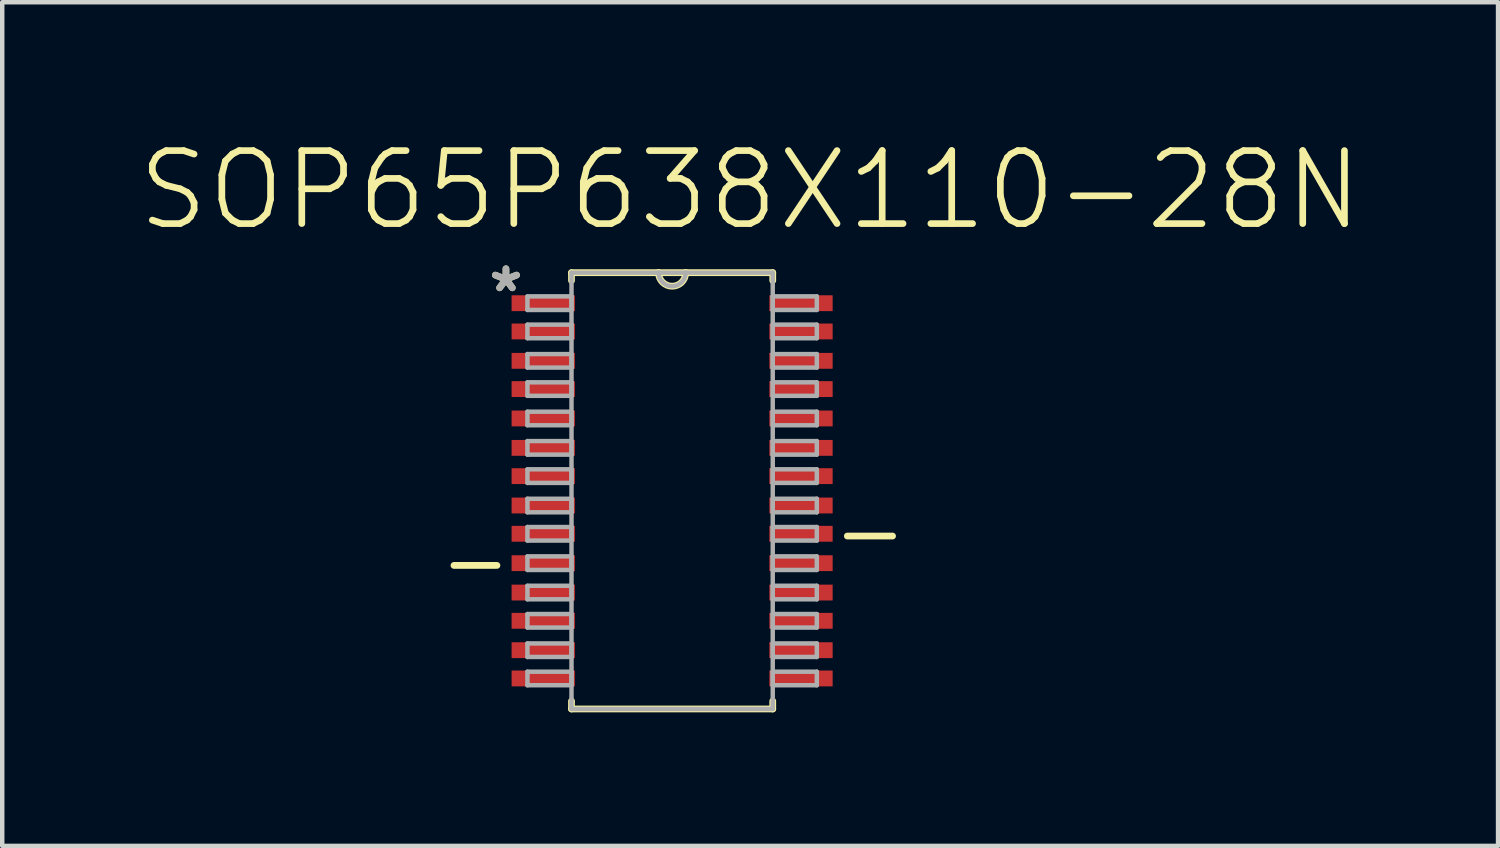
<source format=kicad_pcb>
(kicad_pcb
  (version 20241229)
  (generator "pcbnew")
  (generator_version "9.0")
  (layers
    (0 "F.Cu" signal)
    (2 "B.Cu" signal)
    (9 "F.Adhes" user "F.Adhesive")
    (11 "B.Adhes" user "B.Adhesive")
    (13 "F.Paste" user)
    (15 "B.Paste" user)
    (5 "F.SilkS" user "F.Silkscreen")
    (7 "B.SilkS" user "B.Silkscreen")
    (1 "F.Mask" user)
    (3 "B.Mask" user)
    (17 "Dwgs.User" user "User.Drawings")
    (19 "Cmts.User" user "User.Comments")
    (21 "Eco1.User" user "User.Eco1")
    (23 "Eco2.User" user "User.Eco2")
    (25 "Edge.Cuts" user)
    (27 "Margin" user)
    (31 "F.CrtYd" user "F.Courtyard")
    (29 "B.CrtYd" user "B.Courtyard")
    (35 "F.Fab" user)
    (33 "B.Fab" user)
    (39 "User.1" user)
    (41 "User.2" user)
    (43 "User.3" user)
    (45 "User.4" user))
  (footprint "SOP65P638X110-28N"
    (layer "F.Cu")
    (at 12.053 7.979)
    (property "Reference" "SOP65P638X110-28N" (at 1.753 -6.756 0) (layer "F.SilkS") (effects (font (size 1.64 1.64) (thickness 0.15))))
    (attr smd)
    (fp_line (start -4.902 1.676) (end -3.937 1.676) (stroke (width 0.152) (type solid)) (layer "F.SilkS"))
    (fp_line (start -2.261 -4.902) (end -2.261 -4.724) (stroke (width 0.152) (type solid)) (layer "F.SilkS"))
    (fp_line (start -2.261 4.724) (end -2.261 4.902) (stroke (width 0.152) (type solid)) (layer "F.SilkS"))
    (fp_line (start -2.261 4.902) (end 2.261 4.902) (stroke (width 0.152) (type solid)) (layer "F.SilkS"))
    (fp_line (start -0.305 -4.902) (end -2.261 -4.902) (stroke (width 0.152) (type solid)) (layer "F.SilkS"))
    (fp_line (start 0.305 -4.902) (end -0.305 -4.902) (stroke (width 0.152) (type solid)) (layer "F.SilkS"))
    (fp_line (start 2.261 -4.902) (end 0.305 -4.902) (stroke (width 0.152) (type solid)) (layer "F.SilkS"))
    (fp_line (start 2.261 -4.724) (end 2.261 -4.902) (stroke (width 0.152) (type solid)) (layer "F.SilkS"))
    (fp_line (start 2.261 4.902) (end 2.261 4.724) (stroke (width 0.152) (type solid)) (layer "F.SilkS"))
    (fp_line (start 3.937 1.016) (end 4.953 1.016) (stroke (width 0.152) (type solid)) (layer "F.SilkS"))
    (fp_arc (start 0.3048 -4.9022) (mid 0 -4.5974) (end -0.3048 -4.9022) (stroke (width 0.1524) (type solid)) (layer "F.SilkS"))
    (fp_line (start -3.251 -4.369) (end -3.251 -4.064) (stroke (width 0.1) (type solid)) (layer "F.Fab"))
    (fp_line (start -3.251 -4.064) (end -2.261 -4.064) (stroke (width 0.1) (type solid)) (layer "F.Fab"))
    (fp_line (start -3.251 -3.734) (end -3.251 -3.429) (stroke (width 0.1) (type solid)) (layer "F.Fab"))
    (fp_line (start -3.251 -3.429) (end -2.261 -3.429) (stroke (width 0.1) (type solid)) (layer "F.Fab"))
    (fp_line (start -3.251 -3.073) (end -3.251 -2.769) (stroke (width 0.1) (type solid)) (layer "F.Fab"))
    (fp_line (start -3.251 -2.769) (end -2.261 -2.769) (stroke (width 0.1) (type solid)) (layer "F.Fab"))
    (fp_line (start -3.251 -2.438) (end -3.251 -2.134) (stroke (width 0.1) (type solid)) (layer "F.Fab"))
    (fp_line (start -3.251 -2.134) (end -2.261 -2.134) (stroke (width 0.1) (type solid)) (layer "F.Fab"))
    (fp_line (start -3.251 -1.778) (end -3.251 -1.473) (stroke (width 0.1) (type solid)) (layer "F.Fab"))
    (fp_line (start -3.251 -1.473) (end -2.261 -1.473) (stroke (width 0.1) (type solid)) (layer "F.Fab"))
    (fp_line (start -3.251 -1.118) (end -3.251 -0.813) (stroke (width 0.1) (type solid)) (layer "F.Fab"))
    (fp_line (start -3.251 -0.813) (end -2.261 -0.813) (stroke (width 0.1) (type solid)) (layer "F.Fab"))
    (fp_line (start -3.251 -0.483) (end -3.251 -0.178) (stroke (width 0.1) (type solid)) (layer "F.Fab"))
    (fp_line (start -3.251 -0.178) (end -2.261 -0.178) (stroke (width 0.1) (type solid)) (layer "F.Fab"))
    (fp_line (start -3.251 0.178) (end -3.251 0.483) (stroke (width 0.1) (type solid)) (layer "F.Fab"))
    (fp_line (start -3.251 0.483) (end -2.261 0.483) (stroke (width 0.1) (type solid)) (layer "F.Fab"))
    (fp_line (start -3.251 0.813) (end -3.251 1.118) (stroke (width 0.1) (type solid)) (layer "F.Fab"))
    (fp_line (start -3.251 1.118) (end -2.261 1.118) (stroke (width 0.1) (type solid)) (layer "F.Fab"))
    (fp_line (start -3.251 1.473) (end -3.251 1.778) (stroke (width 0.1) (type solid)) (layer "F.Fab"))
    (fp_line (start -3.251 1.778) (end -2.261 1.778) (stroke (width 0.1) (type solid)) (layer "F.Fab"))
    (fp_line (start -3.251 2.134) (end -3.251 2.438) (stroke (width 0.1) (type solid)) (layer "F.Fab"))
    (fp_line (start -3.251 2.438) (end -2.261 2.438) (stroke (width 0.1) (type solid)) (layer "F.Fab"))
    (fp_line (start -3.251 2.769) (end -3.251 3.073) (stroke (width 0.1) (type solid)) (layer "F.Fab"))
    (fp_line (start -3.251 3.073) (end -2.261 3.073) (stroke (width 0.1) (type solid)) (layer "F.Fab"))
    (fp_line (start -3.251 3.429) (end -3.251 3.734) (stroke (width 0.1) (type solid)) (layer "F.Fab"))
    (fp_line (start -3.251 3.734) (end -2.261 3.734) (stroke (width 0.1) (type solid)) (layer "F.Fab"))
    (fp_line (start -3.251 4.064) (end -3.251 4.369) (stroke (width 0.1) (type solid)) (layer "F.Fab"))
    (fp_line (start -3.251 4.369) (end -2.261 4.369) (stroke (width 0.1) (type solid)) (layer "F.Fab"))
    (fp_line (start -2.261 -4.902) (end -2.261 4.902) (stroke (width 0.1) (type solid)) (layer "F.Fab"))
    (fp_line (start -2.261 -4.369) (end -3.251 -4.369) (stroke (width 0.1) (type solid)) (layer "F.Fab"))
    (fp_line (start -2.261 -4.064) (end -2.261 -4.369) (stroke (width 0.1) (type solid)) (layer "F.Fab"))
    (fp_line (start -2.261 -3.734) (end -3.251 -3.734) (stroke (width 0.1) (type solid)) (layer "F.Fab"))
    (fp_line (start -2.261 -3.429) (end -2.261 -3.734) (stroke (width 0.1) (type solid)) (layer "F.Fab"))
    (fp_line (start -2.261 -3.073) (end -3.251 -3.073) (stroke (width 0.1) (type solid)) (layer "F.Fab"))
    (fp_line (start -2.261 -2.769) (end -2.261 -3.073) (stroke (width 0.1) (type solid)) (layer "F.Fab"))
    (fp_line (start -2.261 -2.438) (end -3.251 -2.438) (stroke (width 0.1) (type solid)) (layer "F.Fab"))
    (fp_line (start -2.261 -2.134) (end -2.261 -2.438) (stroke (width 0.1) (type solid)) (layer "F.Fab"))
    (fp_line (start -2.261 -1.778) (end -3.251 -1.778) (stroke (width 0.1) (type solid)) (layer "F.Fab"))
    (fp_line (start -2.261 -1.473) (end -2.261 -1.778) (stroke (width 0.1) (type solid)) (layer "F.Fab"))
    (fp_line (start -2.261 -1.118) (end -3.251 -1.118) (stroke (width 0.1) (type solid)) (layer "F.Fab"))
    (fp_line (start -2.261 -0.813) (end -2.261 -1.118) (stroke (width 0.1) (type solid)) (layer "F.Fab"))
    (fp_line (start -2.261 -0.483) (end -3.251 -0.483) (stroke (width 0.1) (type solid)) (layer "F.Fab"))
    (fp_line (start -2.261 -0.178) (end -2.261 -0.483) (stroke (width 0.1) (type solid)) (layer "F.Fab"))
    (fp_line (start -2.261 0.178) (end -3.251 0.178) (stroke (width 0.1) (type solid)) (layer "F.Fab"))
    (fp_line (start -2.261 0.483) (end -2.261 0.178) (stroke (width 0.1) (type solid)) (layer "F.Fab"))
    (fp_line (start -2.261 0.813) (end -3.251 0.813) (stroke (width 0.1) (type solid)) (layer "F.Fab"))
    (fp_line (start -2.261 1.118) (end -2.261 0.813) (stroke (width 0.1) (type solid)) (layer "F.Fab"))
    (fp_line (start -2.261 1.473) (end -3.251 1.473) (stroke (width 0.1) (type solid)) (layer "F.Fab"))
    (fp_line (start -2.261 1.778) (end -2.261 1.473) (stroke (width 0.1) (type solid)) (layer "F.Fab"))
    (fp_line (start -2.261 2.134) (end -3.251 2.134) (stroke (width 0.1) (type solid)) (layer "F.Fab"))
    (fp_line (start -2.261 2.438) (end -2.261 2.134) (stroke (width 0.1) (type solid)) (layer "F.Fab"))
    (fp_line (start -2.261 2.769) (end -3.251 2.769) (stroke (width 0.1) (type solid)) (layer "F.Fab"))
    (fp_line (start -2.261 3.073) (end -2.261 2.769) (stroke (width 0.1) (type solid)) (layer "F.Fab"))
    (fp_line (start -2.261 3.429) (end -3.251 3.429) (stroke (width 0.1) (type solid)) (layer "F.Fab"))
    (fp_line (start -2.261 3.734) (end -2.261 3.429) (stroke (width 0.1) (type solid)) (layer "F.Fab"))
    (fp_line (start -2.261 4.064) (end -3.251 4.064) (stroke (width 0.1) (type solid)) (layer "F.Fab"))
    (fp_line (start -2.261 4.369) (end -2.261 4.064) (stroke (width 0.1) (type solid)) (layer "F.Fab"))
    (fp_line (start -2.261 4.902) (end 2.261 4.902) (stroke (width 0.1) (type solid)) (layer "F.Fab"))
    (fp_line (start -0.305 -4.902) (end -2.261 -4.902) (stroke (width 0.1) (type solid)) (layer "F.Fab"))
    (fp_line (start 0.305 -4.902) (end -0.305 -4.902) (stroke (width 0.1) (type solid)) (layer "F.Fab"))
    (fp_line (start 2.261 -4.902) (end 0.305 -4.902) (stroke (width 0.1) (type solid)) (layer "F.Fab"))
    (fp_line (start 2.261 -4.369) (end 2.261 -4.064) (stroke (width 0.1) (type solid)) (layer "F.Fab"))
    (fp_line (start 2.261 -4.064) (end 3.251 -4.064) (stroke (width 0.1) (type solid)) (layer "F.Fab"))
    (fp_line (start 2.261 -3.734) (end 2.261 -3.429) (stroke (width 0.1) (type solid)) (layer "F.Fab"))
    (fp_line (start 2.261 -3.429) (end 3.251 -3.429) (stroke (width 0.1) (type solid)) (layer "F.Fab"))
    (fp_line (start 2.261 -3.073) (end 2.261 -2.769) (stroke (width 0.1) (type solid)) (layer "F.Fab"))
    (fp_line (start 2.261 -2.769) (end 3.251 -2.769) (stroke (width 0.1) (type solid)) (layer "F.Fab"))
    (fp_line (start 2.261 -2.438) (end 2.261 -2.134) (stroke (width 0.1) (type solid)) (layer "F.Fab"))
    (fp_line (start 2.261 -2.134) (end 3.251 -2.134) (stroke (width 0.1) (type solid)) (layer "F.Fab"))
    (fp_line (start 2.261 -1.778) (end 2.261 -1.473) (stroke (width 0.1) (type solid)) (layer "F.Fab"))
    (fp_line (start 2.261 -1.473) (end 3.251 -1.473) (stroke (width 0.1) (type solid)) (layer "F.Fab"))
    (fp_line (start 2.261 -1.118) (end 2.261 -0.813) (stroke (width 0.1) (type solid)) (layer "F.Fab"))
    (fp_line (start 2.261 -0.813) (end 3.251 -0.813) (stroke (width 0.1) (type solid)) (layer "F.Fab"))
    (fp_line (start 2.261 -0.483) (end 2.261 -0.178) (stroke (width 0.1) (type solid)) (layer "F.Fab"))
    (fp_line (start 2.261 -0.178) (end 3.251 -0.178) (stroke (width 0.1) (type solid)) (layer "F.Fab"))
    (fp_line (start 2.261 0.178) (end 2.261 0.483) (stroke (width 0.1) (type solid)) (layer "F.Fab"))
    (fp_line (start 2.261 0.483) (end 3.251 0.483) (stroke (width 0.1) (type solid)) (layer "F.Fab"))
    (fp_line (start 2.261 0.813) (end 2.261 1.118) (stroke (width 0.1) (type solid)) (layer "F.Fab"))
    (fp_line (start 2.261 1.118) (end 3.251 1.118) (stroke (width 0.1) (type solid)) (layer "F.Fab"))
    (fp_line (start 2.261 1.473) (end 2.261 1.778) (stroke (width 0.1) (type solid)) (layer "F.Fab"))
    (fp_line (start 2.261 1.778) (end 3.251 1.778) (stroke (width 0.1) (type solid)) (layer "F.Fab"))
    (fp_line (start 2.261 2.134) (end 2.261 2.438) (stroke (width 0.1) (type solid)) (layer "F.Fab"))
    (fp_line (start 2.261 2.438) (end 3.251 2.438) (stroke (width 0.1) (type solid)) (layer "F.Fab"))
    (fp_line (start 2.261 2.769) (end 2.261 3.073) (stroke (width 0.1) (type solid)) (layer "F.Fab"))
    (fp_line (start 2.261 3.073) (end 3.251 3.073) (stroke (width 0.1) (type solid)) (layer "F.Fab"))
    (fp_line (start 2.261 3.429) (end 2.261 3.734) (stroke (width 0.1) (type solid)) (layer "F.Fab"))
    (fp_line (start 2.261 3.734) (end 3.251 3.734) (stroke (width 0.1) (type solid)) (layer "F.Fab"))
    (fp_line (start 2.261 4.064) (end 2.261 4.369) (stroke (width 0.1) (type solid)) (layer "F.Fab"))
    (fp_line (start 2.261 4.369) (end 3.251 4.369) (stroke (width 0.1) (type solid)) (layer "F.Fab"))
    (fp_line (start 2.261 4.902) (end 2.261 -4.902) (stroke (width 0.1) (type solid)) (layer "F.Fab"))
    (fp_line (start 3.251 -4.369) (end 2.261 -4.369) (stroke (width 0.1) (type solid)) (layer "F.Fab"))
    (fp_line (start 3.251 -4.064) (end 3.251 -4.369) (stroke (width 0.1) (type solid)) (layer "F.Fab"))
    (fp_line (start 3.251 -3.734) (end 2.261 -3.734) (stroke (width 0.1) (type solid)) (layer "F.Fab"))
    (fp_line (start 3.251 -3.429) (end 3.251 -3.734) (stroke (width 0.1) (type solid)) (layer "F.Fab"))
    (fp_line (start 3.251 -3.073) (end 2.261 -3.073) (stroke (width 0.1) (type solid)) (layer "F.Fab"))
    (fp_line (start 3.251 -2.769) (end 3.251 -3.073) (stroke (width 0.1) (type solid)) (layer "F.Fab"))
    (fp_line (start 3.251 -2.438) (end 2.261 -2.438) (stroke (width 0.1) (type solid)) (layer "F.Fab"))
    (fp_line (start 3.251 -2.134) (end 3.251 -2.438) (stroke (width 0.1) (type solid)) (layer "F.Fab"))
    (fp_line (start 3.251 -1.778) (end 2.261 -1.778) (stroke (width 0.1) (type solid)) (layer "F.Fab"))
    (fp_line (start 3.251 -1.473) (end 3.251 -1.778) (stroke (width 0.1) (type solid)) (layer "F.Fab"))
    (fp_line (start 3.251 -1.118) (end 2.261 -1.118) (stroke (width 0.1) (type solid)) (layer "F.Fab"))
    (fp_line (start 3.251 -0.813) (end 3.251 -1.118) (stroke (width 0.1) (type solid)) (layer "F.Fab"))
    (fp_line (start 3.251 -0.483) (end 2.261 -0.483) (stroke (width 0.1) (type solid)) (layer "F.Fab"))
    (fp_line (start 3.251 -0.178) (end 3.251 -0.483) (stroke (width 0.1) (type solid)) (layer "F.Fab"))
    (fp_line (start 3.251 0.178) (end 2.261 0.178) (stroke (width 0.1) (type solid)) (layer "F.Fab"))
    (fp_line (start 3.251 0.483) (end 3.251 0.178) (stroke (width 0.1) (type solid)) (layer "F.Fab"))
    (fp_line (start 3.251 0.813) (end 2.261 0.813) (stroke (width 0.1) (type solid)) (layer "F.Fab"))
    (fp_line (start 3.251 1.118) (end 3.251 0.813) (stroke (width 0.1) (type solid)) (layer "F.Fab"))
    (fp_line (start 3.251 1.473) (end 2.261 1.473) (stroke (width 0.1) (type solid)) (layer "F.Fab"))
    (fp_line (start 3.251 1.778) (end 3.251 1.473) (stroke (width 0.1) (type solid)) (layer "F.Fab"))
    (fp_line (start 3.251 2.134) (end 2.261 2.134) (stroke (width 0.1) (type solid)) (layer "F.Fab"))
    (fp_line (start 3.251 2.438) (end 3.251 2.134) (stroke (width 0.1) (type solid)) (layer "F.Fab"))
    (fp_line (start 3.251 2.769) (end 2.261 2.769) (stroke (width 0.1) (type solid)) (layer "F.Fab"))
    (fp_line (start 3.251 3.073) (end 3.251 2.769) (stroke (width 0.1) (type solid)) (layer "F.Fab"))
    (fp_line (start 3.251 3.429) (end 2.261 3.429) (stroke (width 0.1) (type solid)) (layer "F.Fab"))
    (fp_line (start 3.251 3.734) (end 3.251 3.429) (stroke (width 0.1) (type solid)) (layer "F.Fab"))
    (fp_line (start 3.251 4.064) (end 2.261 4.064) (stroke (width 0.1) (type solid)) (layer "F.Fab"))
    (fp_line (start 3.251 4.369) (end 3.251 4.064) (stroke (width 0.1) (type solid)) (layer "F.Fab"))
    (fp_arc (start 0.3048 -4.9022) (mid 0 -4.5974) (end -0.3048 -4.9022) (stroke (width 0.1) (type solid)) (layer "F.Fab"))
    (fp_text user "*" (at -3.734 -4.445 0) (layer "F.SilkS") (effects (font (size 1 1) (thickness 0.15))))
    (fp_text user "*" (at -3.734 -4.445 0) (layer "F.Fab") (effects (font (size 1 1) (thickness 0.15))))
    (pad "1" smd rect (at -2.896 -4.216) (size 1.422 0.356) (layers "F.Cu" "F.Mask" "F.Paste"))
    (pad "2" smd rect (at -2.896 -3.581) (size 1.422 0.356) (layers "F.Cu" "F.Mask" "F.Paste"))
    (pad "3" smd rect (at -2.896 -2.921) (size 1.422 0.356) (layers "F.Cu" "F.Mask" "F.Paste"))
    (pad "4" smd rect (at -2.896 -2.286) (size 1.422 0.356) (layers "F.Cu" "F.Mask" "F.Paste"))
    (pad "5" smd rect (at -2.896 -1.626) (size 1.422 0.356) (layers "F.Cu" "F.Mask" "F.Paste"))
    (pad "6" smd rect (at -2.896 -0.965) (size 1.422 0.356) (layers "F.Cu" "F.Mask" "F.Paste"))
    (pad "7" smd rect (at -2.896 -0.33) (size 1.422 0.356) (layers "F.Cu" "F.Mask" "F.Paste"))
    (pad "8" smd rect (at -2.896 0.33) (size 1.422 0.356) (layers "F.Cu" "F.Mask" "F.Paste"))
    (pad "9" smd rect (at -2.896 0.965) (size 1.422 0.356) (layers "F.Cu" "F.Mask" "F.Paste"))
    (pad "10" smd rect (at -2.896 1.626) (size 1.422 0.356) (layers "F.Cu" "F.Mask" "F.Paste"))
    (pad "11" smd rect (at -2.896 2.286) (size 1.422 0.356) (layers "F.Cu" "F.Mask" "F.Paste"))
    (pad "12" smd rect (at -2.896 2.921) (size 1.422 0.356) (layers "F.Cu" "F.Mask" "F.Paste"))
    (pad "13" smd rect (at -2.896 3.581) (size 1.422 0.356) (layers "F.Cu" "F.Mask" "F.Paste"))
    (pad "14" smd rect (at -2.896 4.216) (size 1.422 0.356) (layers "F.Cu" "F.Mask" "F.Paste"))
    (pad "15" smd rect (at 2.896 4.216) (size 1.422 0.356) (layers "F.Cu" "F.Mask" "F.Paste"))
    (pad "16" smd rect (at 2.896 3.581) (size 1.422 0.356) (layers "F.Cu" "F.Mask" "F.Paste"))
    (pad "17" smd rect (at 2.896 2.921) (size 1.422 0.356) (layers "F.Cu" "F.Mask" "F.Paste"))
    (pad "18" smd rect (at 2.896 2.286) (size 1.422 0.356) (layers "F.Cu" "F.Mask" "F.Paste"))
    (pad "19" smd rect (at 2.896 1.626) (size 1.422 0.356) (layers "F.Cu" "F.Mask" "F.Paste"))
    (pad "20" smd rect (at 2.896 0.965) (size 1.422 0.356) (layers "F.Cu" "F.Mask" "F.Paste"))
    (pad "21" smd rect (at 2.896 0.33) (size 1.422 0.356) (layers "F.Cu" "F.Mask" "F.Paste"))
    (pad "22" smd rect (at 2.896 -0.33) (size 1.422 0.356) (layers "F.Cu" "F.Mask" "F.Paste"))
    (pad "23" smd rect (at 2.896 -0.965) (size 1.422 0.356) (layers "F.Cu" "F.Mask" "F.Paste"))
    (pad "24" smd rect (at 2.896 -1.626) (size 1.422 0.356) (layers "F.Cu" "F.Mask" "F.Paste"))
    (pad "25" smd rect (at 2.896 -2.286) (size 1.422 0.356) (layers "F.Cu" "F.Mask" "F.Paste"))
    (pad "26" smd rect (at 2.896 -2.921) (size 1.422 0.356) (layers "F.Cu" "F.Mask" "F.Paste"))
    (pad "27" smd rect (at 2.896 -3.581) (size 1.422 0.356) (layers "F.Cu" "F.Mask" "F.Paste"))
    (pad "28" smd rect (at 2.896 -4.216) (size 1.422 0.356) (layers "F.Cu" "F.Mask" "F.Paste")))
  (gr_rect
    (start -3 -3)
    (end 30.612 15.957)
    (stroke (width 0.1) (type default))
    (fill no)
    (layer "Edge.Cuts")))
</source>
